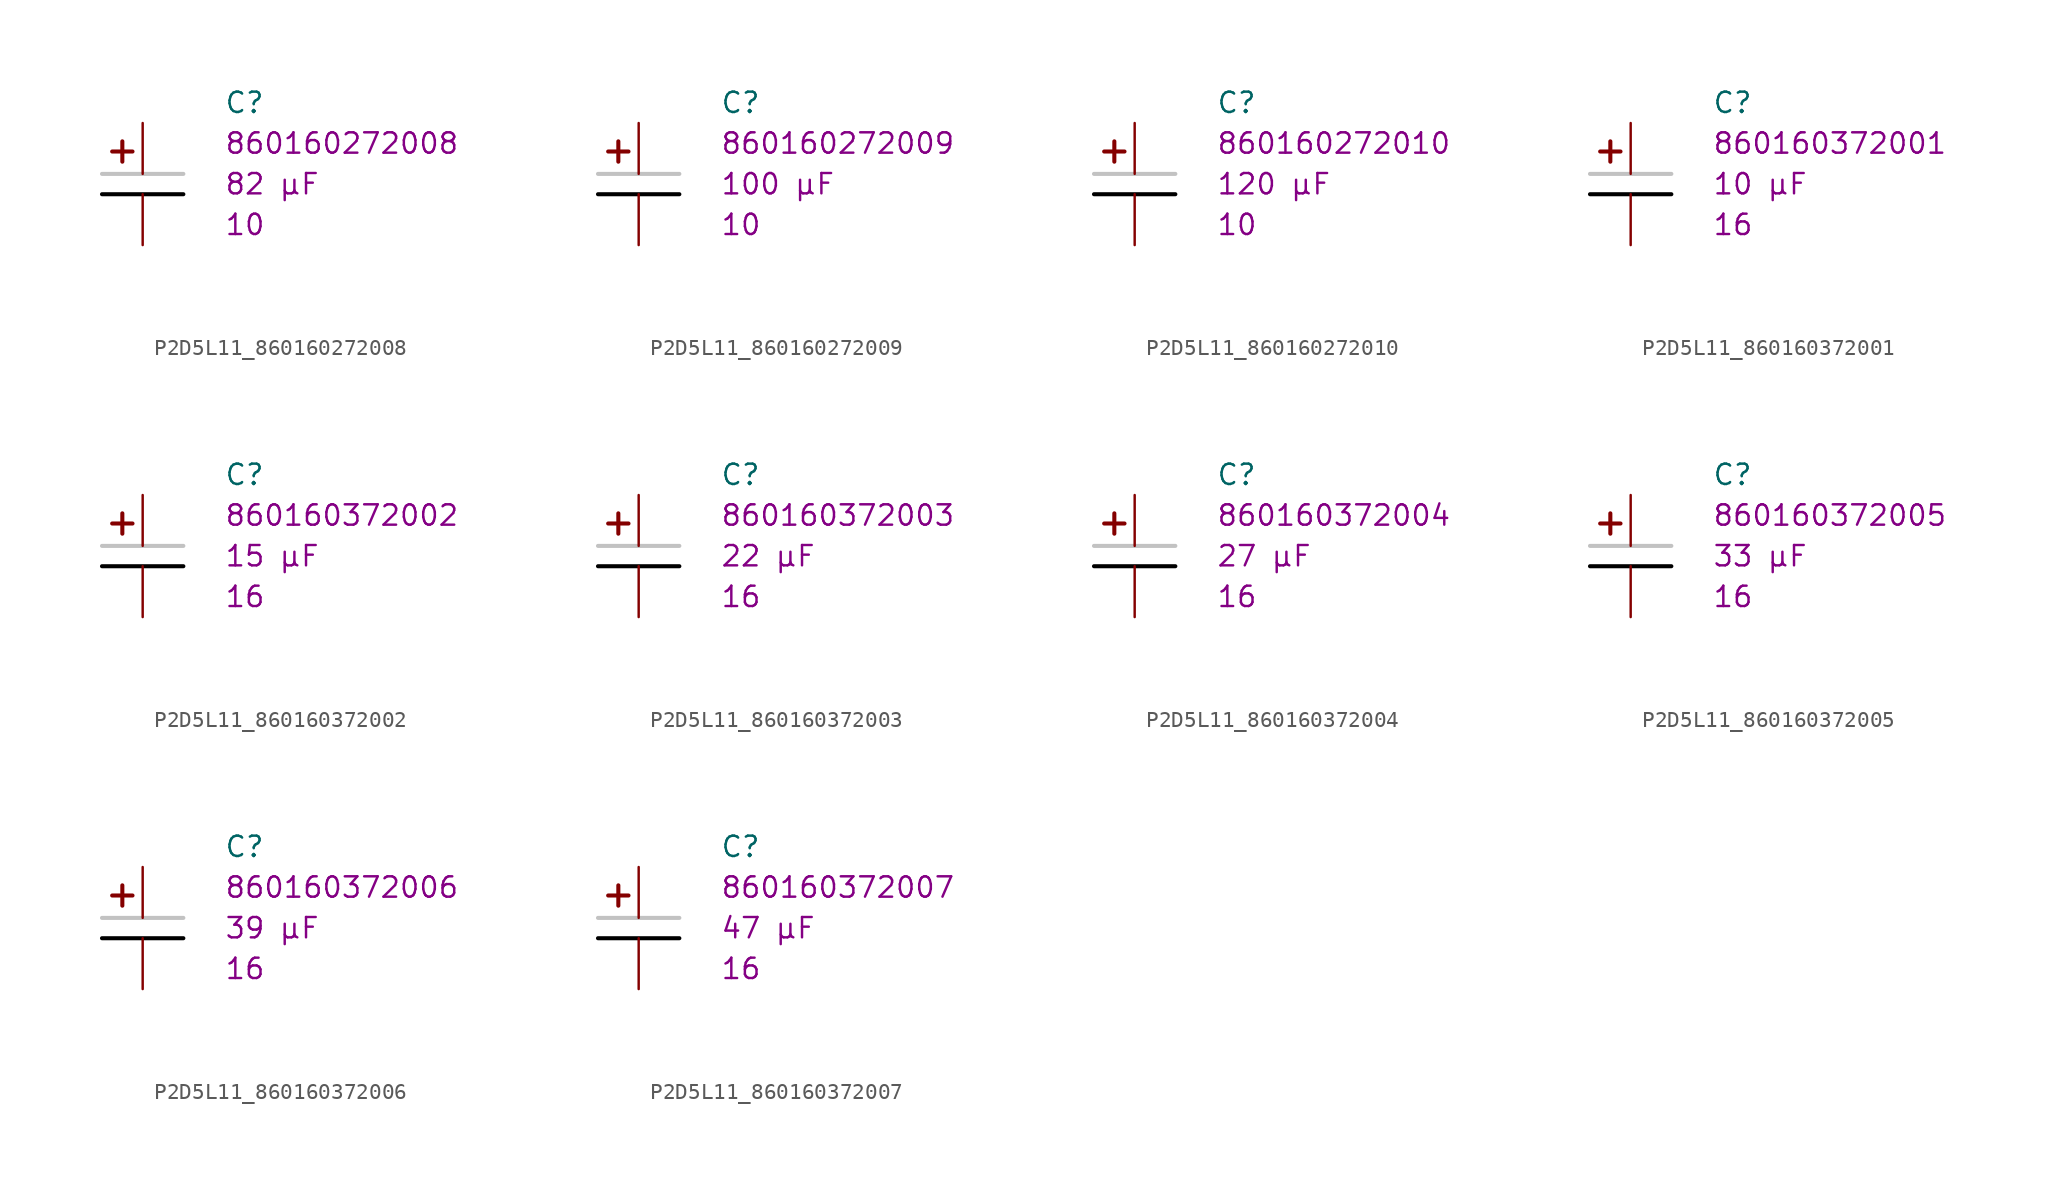
<source format=kicad_sym>
(kicad_symbol_lib
  (version 20220914)
  (generator kicad_symbol_editor)
  (symbol "P2D5L11_860160272008"
    (pin_numbers hide)
    (pin_names hide)
    (property "Reference" "C"
      (at 5.08 5.08 0)
      (effects (font (size 1.27 1.27)) (justify left)))
    (property "Part Number" "860160272008"
      (at 5.08 2.54 0)
      (effects (font (size 1.27 1.27)) (justify left)))
    (property "Capacitance" "82 µF"
      (at 5.08 0 0)
      (effects (font (size 1.27 1.27)) (justify left)))
    (property "Voltage" "10"
      (at 5.08 -2.54 0)
      (effects (font (size 1.27 1.27)) (justify left)))
    (property "Critical Parameter" ""
      (at 0 -7.62 0)
      (effects (font (size 1.27 1.27))))
    (symbol "P2D5L11_860160272008_1_1"
      (polyline (pts (xy -1.27 2.667) (xy -1.27 1.397)) (stroke (width 0.254) (type default)) (fill (type none)))
      (polyline (pts (xy -0.635 2.032) (xy -1.905 2.032)) (stroke (width 0.254) (type default)) (fill (type none)))
      (polyline (pts (xy 2.54 -0.635) (xy -2.54 -0.635)) (stroke (width 0.254) (type default) (color 0 0 0 1)) (fill (type none)))
      (polyline (pts (xy 2.54 0.635) (xy -2.54 0.635)) (stroke (width 0.254) (type default) (color 194 194 194 1)) (fill (type none)))
      (pin passive line (at 0 3.81 270) (length 3.175) (name "1" (effects (font (size 1.27 1.27)))) (number "1" (effects (font (size 1.27 1.27)))))
      (pin passive line (at 0 -3.81 90) (length 3.175) (name "2" (effects (font (size 1.27 1.27)))) (number "2" (effects (font (size 1.27 1.27)))))))
  (symbol "P2D5L11_860160272009"
    (pin_numbers hide)
    (pin_names hide)
    (property "Reference" "C"
      (at 5.08 5.08 0)
      (effects (font (size 1.27 1.27)) (justify left)))
    (property "Part Number" "860160272009"
      (at 5.08 2.54 0)
      (effects (font (size 1.27 1.27)) (justify left)))
    (property "Capacitance" "100 µF"
      (at 5.08 0 0)
      (effects (font (size 1.27 1.27)) (justify left)))
    (property "Voltage" "10"
      (at 5.08 -2.54 0)
      (effects (font (size 1.27 1.27)) (justify left)))
    (property "Critical Parameter" ""
      (at 0 -7.62 0)
      (effects (font (size 1.27 1.27))))
    (symbol "P2D5L11_860160272009_1_1"
      (polyline (pts (xy -1.27 2.667) (xy -1.27 1.397)) (stroke (width 0.254) (type default)) (fill (type none)))
      (polyline (pts (xy -0.635 2.032) (xy -1.905 2.032)) (stroke (width 0.254) (type default)) (fill (type none)))
      (polyline (pts (xy 2.54 -0.635) (xy -2.54 -0.635)) (stroke (width 0.254) (type default) (color 0 0 0 1)) (fill (type none)))
      (polyline (pts (xy 2.54 0.635) (xy -2.54 0.635)) (stroke (width 0.254) (type default) (color 194 194 194 1)) (fill (type none)))
      (pin passive line (at 0 3.81 270) (length 3.175) (name "1" (effects (font (size 1.27 1.27)))) (number "1" (effects (font (size 1.27 1.27)))))
      (pin passive line (at 0 -3.81 90) (length 3.175) (name "2" (effects (font (size 1.27 1.27)))) (number "2" (effects (font (size 1.27 1.27)))))))
  (symbol "P2D5L11_860160272010"
    (pin_numbers hide)
    (pin_names hide)
    (property "Reference" "C"
      (at 5.08 5.08 0)
      (effects (font (size 1.27 1.27)) (justify left)))
    (property "Part Number" "860160272010"
      (at 5.08 2.54 0)
      (effects (font (size 1.27 1.27)) (justify left)))
    (property "Capacitance" "120 µF"
      (at 5.08 0 0)
      (effects (font (size 1.27 1.27)) (justify left)))
    (property "Voltage" "10"
      (at 5.08 -2.54 0)
      (effects (font (size 1.27 1.27)) (justify left)))
    (property "Critical Parameter" ""
      (at 0 -7.62 0)
      (effects (font (size 1.27 1.27))))
    (symbol "P2D5L11_860160272010_1_1"
      (polyline (pts (xy -1.27 2.667) (xy -1.27 1.397)) (stroke (width 0.254) (type default)) (fill (type none)))
      (polyline (pts (xy -0.635 2.032) (xy -1.905 2.032)) (stroke (width 0.254) (type default)) (fill (type none)))
      (polyline (pts (xy 2.54 -0.635) (xy -2.54 -0.635)) (stroke (width 0.254) (type default) (color 0 0 0 1)) (fill (type none)))
      (polyline (pts (xy 2.54 0.635) (xy -2.54 0.635)) (stroke (width 0.254) (type default) (color 194 194 194 1)) (fill (type none)))
      (pin passive line (at 0 3.81 270) (length 3.175) (name "1" (effects (font (size 1.27 1.27)))) (number "1" (effects (font (size 1.27 1.27)))))
      (pin passive line (at 0 -3.81 90) (length 3.175) (name "2" (effects (font (size 1.27 1.27)))) (number "2" (effects (font (size 1.27 1.27)))))))
  (symbol "P2D5L11_860160372001"
    (pin_numbers hide)
    (pin_names hide)
    (property "Reference" "C"
      (at 5.08 5.08 0)
      (effects (font (size 1.27 1.27)) (justify left)))
    (property "Part Number" "860160372001"
      (at 5.08 2.54 0)
      (effects (font (size 1.27 1.27)) (justify left)))
    (property "Capacitance" "10 µF"
      (at 5.08 0 0)
      (effects (font (size 1.27 1.27)) (justify left)))
    (property "Voltage" "16"
      (at 5.08 -2.54 0)
      (effects (font (size 1.27 1.27)) (justify left)))
    (property "Critical Parameter" ""
      (at 0 -7.62 0)
      (effects (font (size 1.27 1.27))))
    (symbol "P2D5L11_860160372001_1_1"
      (polyline (pts (xy -1.27 2.667) (xy -1.27 1.397)) (stroke (width 0.254) (type default)) (fill (type none)))
      (polyline (pts (xy -0.635 2.032) (xy -1.905 2.032)) (stroke (width 0.254) (type default)) (fill (type none)))
      (polyline (pts (xy 2.54 -0.635) (xy -2.54 -0.635)) (stroke (width 0.254) (type default) (color 0 0 0 1)) (fill (type none)))
      (polyline (pts (xy 2.54 0.635) (xy -2.54 0.635)) (stroke (width 0.254) (type default) (color 194 194 194 1)) (fill (type none)))
      (pin passive line (at 0 3.81 270) (length 3.175) (name "1" (effects (font (size 1.27 1.27)))) (number "1" (effects (font (size 1.27 1.27)))))
      (pin passive line (at 0 -3.81 90) (length 3.175) (name "2" (effects (font (size 1.27 1.27)))) (number "2" (effects (font (size 1.27 1.27)))))))
  (symbol "P2D5L11_860160372002"
    (pin_numbers hide)
    (pin_names hide)
    (property "Reference" "C"
      (at 5.08 5.08 0)
      (effects (font (size 1.27 1.27)) (justify left)))
    (property "Part Number" "860160372002"
      (at 5.08 2.54 0)
      (effects (font (size 1.27 1.27)) (justify left)))
    (property "Capacitance" "15 µF"
      (at 5.08 0 0)
      (effects (font (size 1.27 1.27)) (justify left)))
    (property "Voltage" "16"
      (at 5.08 -2.54 0)
      (effects (font (size 1.27 1.27)) (justify left)))
    (property "Critical Parameter" ""
      (at 0 -7.62 0)
      (effects (font (size 1.27 1.27))))
    (symbol "P2D5L11_860160372002_1_1"
      (polyline (pts (xy -1.27 2.667) (xy -1.27 1.397)) (stroke (width 0.254) (type default)) (fill (type none)))
      (polyline (pts (xy -0.635 2.032) (xy -1.905 2.032)) (stroke (width 0.254) (type default)) (fill (type none)))
      (polyline (pts (xy 2.54 -0.635) (xy -2.54 -0.635)) (stroke (width 0.254) (type default) (color 0 0 0 1)) (fill (type none)))
      (polyline (pts (xy 2.54 0.635) (xy -2.54 0.635)) (stroke (width 0.254) (type default) (color 194 194 194 1)) (fill (type none)))
      (pin passive line (at 0 3.81 270) (length 3.175) (name "1" (effects (font (size 1.27 1.27)))) (number "1" (effects (font (size 1.27 1.27)))))
      (pin passive line (at 0 -3.81 90) (length 3.175) (name "2" (effects (font (size 1.27 1.27)))) (number "2" (effects (font (size 1.27 1.27)))))))
  (symbol "P2D5L11_860160372003"
    (pin_numbers hide)
    (pin_names hide)
    (property "Reference" "C"
      (at 5.08 5.08 0)
      (effects (font (size 1.27 1.27)) (justify left)))
    (property "Part Number" "860160372003"
      (at 5.08 2.54 0)
      (effects (font (size 1.27 1.27)) (justify left)))
    (property "Capacitance" "22 µF"
      (at 5.08 0 0)
      (effects (font (size 1.27 1.27)) (justify left)))
    (property "Voltage" "16"
      (at 5.08 -2.54 0)
      (effects (font (size 1.27 1.27)) (justify left)))
    (property "Critical Parameter" ""
      (at 0 -7.62 0)
      (effects (font (size 1.27 1.27))))
    (symbol "P2D5L11_860160372003_1_1"
      (polyline (pts (xy -1.27 2.667) (xy -1.27 1.397)) (stroke (width 0.254) (type default)) (fill (type none)))
      (polyline (pts (xy -0.635 2.032) (xy -1.905 2.032)) (stroke (width 0.254) (type default)) (fill (type none)))
      (polyline (pts (xy 2.54 -0.635) (xy -2.54 -0.635)) (stroke (width 0.254) (type default) (color 0 0 0 1)) (fill (type none)))
      (polyline (pts (xy 2.54 0.635) (xy -2.54 0.635)) (stroke (width 0.254) (type default) (color 194 194 194 1)) (fill (type none)))
      (pin passive line (at 0 3.81 270) (length 3.175) (name "1" (effects (font (size 1.27 1.27)))) (number "1" (effects (font (size 1.27 1.27)))))
      (pin passive line (at 0 -3.81 90) (length 3.175) (name "2" (effects (font (size 1.27 1.27)))) (number "2" (effects (font (size 1.27 1.27)))))))
  (symbol "P2D5L11_860160372004"
    (pin_numbers hide)
    (pin_names hide)
    (property "Reference" "C"
      (at 5.08 5.08 0)
      (effects (font (size 1.27 1.27)) (justify left)))
    (property "Part Number" "860160372004"
      (at 5.08 2.54 0)
      (effects (font (size 1.27 1.27)) (justify left)))
    (property "Capacitance" "27 µF"
      (at 5.08 0 0)
      (effects (font (size 1.27 1.27)) (justify left)))
    (property "Voltage" "16"
      (at 5.08 -2.54 0)
      (effects (font (size 1.27 1.27)) (justify left)))
    (property "Critical Parameter" ""
      (at 0 -7.62 0)
      (effects (font (size 1.27 1.27))))
    (symbol "P2D5L11_860160372004_1_1"
      (polyline (pts (xy -1.27 2.667) (xy -1.27 1.397)) (stroke (width 0.254) (type default)) (fill (type none)))
      (polyline (pts (xy -0.635 2.032) (xy -1.905 2.032)) (stroke (width 0.254) (type default)) (fill (type none)))
      (polyline (pts (xy 2.54 -0.635) (xy -2.54 -0.635)) (stroke (width 0.254) (type default) (color 0 0 0 1)) (fill (type none)))
      (polyline (pts (xy 2.54 0.635) (xy -2.54 0.635)) (stroke (width 0.254) (type default) (color 194 194 194 1)) (fill (type none)))
      (pin passive line (at 0 3.81 270) (length 3.175) (name "1" (effects (font (size 1.27 1.27)))) (number "1" (effects (font (size 1.27 1.27)))))
      (pin passive line (at 0 -3.81 90) (length 3.175) (name "2" (effects (font (size 1.27 1.27)))) (number "2" (effects (font (size 1.27 1.27)))))))
  (symbol "P2D5L11_860160372005"
    (pin_numbers hide)
    (pin_names hide)
    (property "Reference" "C"
      (at 5.08 5.08 0)
      (effects (font (size 1.27 1.27)) (justify left)))
    (property "Part Number" "860160372005"
      (at 5.08 2.54 0)
      (effects (font (size 1.27 1.27)) (justify left)))
    (property "Capacitance" "33 µF"
      (at 5.08 0 0)
      (effects (font (size 1.27 1.27)) (justify left)))
    (property "Voltage" "16"
      (at 5.08 -2.54 0)
      (effects (font (size 1.27 1.27)) (justify left)))
    (property "Critical Parameter" ""
      (at 0 -7.62 0)
      (effects (font (size 1.27 1.27))))
    (symbol "P2D5L11_860160372005_1_1"
      (polyline (pts (xy -1.27 2.667) (xy -1.27 1.397)) (stroke (width 0.254) (type default)) (fill (type none)))
      (polyline (pts (xy -0.635 2.032) (xy -1.905 2.032)) (stroke (width 0.254) (type default)) (fill (type none)))
      (polyline (pts (xy 2.54 -0.635) (xy -2.54 -0.635)) (stroke (width 0.254) (type default) (color 0 0 0 1)) (fill (type none)))
      (polyline (pts (xy 2.54 0.635) (xy -2.54 0.635)) (stroke (width 0.254) (type default) (color 194 194 194 1)) (fill (type none)))
      (pin passive line (at 0 3.81 270) (length 3.175) (name "1" (effects (font (size 1.27 1.27)))) (number "1" (effects (font (size 1.27 1.27)))))
      (pin passive line (at 0 -3.81 90) (length 3.175) (name "2" (effects (font (size 1.27 1.27)))) (number "2" (effects (font (size 1.27 1.27)))))))
  (symbol "P2D5L11_860160372006"
    (pin_numbers hide)
    (pin_names hide)
    (property "Reference" "C"
      (at 5.08 5.08 0)
      (effects (font (size 1.27 1.27)) (justify left)))
    (property "Part Number" "860160372006"
      (at 5.08 2.54 0)
      (effects (font (size 1.27 1.27)) (justify left)))
    (property "Capacitance" "39 µF"
      (at 5.08 0 0)
      (effects (font (size 1.27 1.27)) (justify left)))
    (property "Voltage" "16"
      (at 5.08 -2.54 0)
      (effects (font (size 1.27 1.27)) (justify left)))
    (property "Critical Parameter" ""
      (at 0 -7.62 0)
      (effects (font (size 1.27 1.27))))
    (symbol "P2D5L11_860160372006_1_1"
      (polyline (pts (xy -1.27 2.667) (xy -1.27 1.397)) (stroke (width 0.254) (type default)) (fill (type none)))
      (polyline (pts (xy -0.635 2.032) (xy -1.905 2.032)) (stroke (width 0.254) (type default)) (fill (type none)))
      (polyline (pts (xy 2.54 -0.635) (xy -2.54 -0.635)) (stroke (width 0.254) (type default) (color 0 0 0 1)) (fill (type none)))
      (polyline (pts (xy 2.54 0.635) (xy -2.54 0.635)) (stroke (width 0.254) (type default) (color 194 194 194 1)) (fill (type none)))
      (pin passive line (at 0 3.81 270) (length 3.175) (name "1" (effects (font (size 1.27 1.27)))) (number "1" (effects (font (size 1.27 1.27)))))
      (pin passive line (at 0 -3.81 90) (length 3.175) (name "2" (effects (font (size 1.27 1.27)))) (number "2" (effects (font (size 1.27 1.27)))))))
  (symbol "P2D5L11_860160372007"
    (pin_numbers hide)
    (pin_names hide)
    (property "Reference" "C"
      (at 5.08 5.08 0)
      (effects (font (size 1.27 1.27)) (justify left)))
    (property "Part Number" "860160372007"
      (at 5.08 2.54 0)
      (effects (font (size 1.27 1.27)) (justify left)))
    (property "Capacitance" "47 µF"
      (at 5.08 0 0)
      (effects (font (size 1.27 1.27)) (justify left)))
    (property "Voltage" "16"
      (at 5.08 -2.54 0)
      (effects (font (size 1.27 1.27)) (justify left)))
    (property "Critical Parameter" ""
      (at 0 -7.62 0)
      (effects (font (size 1.27 1.27))))
    (symbol "P2D5L11_860160372007_1_1"
      (polyline (pts (xy -1.27 2.667) (xy -1.27 1.397)) (stroke (width 0.254) (type default)) (fill (type none)))
      (polyline (pts (xy -0.635 2.032) (xy -1.905 2.032)) (stroke (width 0.254) (type default)) (fill (type none)))
      (polyline (pts (xy 2.54 -0.635) (xy -2.54 -0.635)) (stroke (width 0.254) (type default) (color 0 0 0 1)) (fill (type none)))
      (polyline (pts (xy 2.54 0.635) (xy -2.54 0.635)) (stroke (width 0.254) (type default) (color 194 194 194 1)) (fill (type none)))
      (pin passive line (at 0 3.81 270) (length 3.175) (name "1" (effects (font (size 1.27 1.27)))) (number "1" (effects (font (size 1.27 1.27)))))
      (pin passive line (at 0 -3.81 90) (length 3.175) (name "2" (effects (font (size 1.27 1.27)))) (number "2" (effects (font (size 1.27 1.27))))))))
</source>
